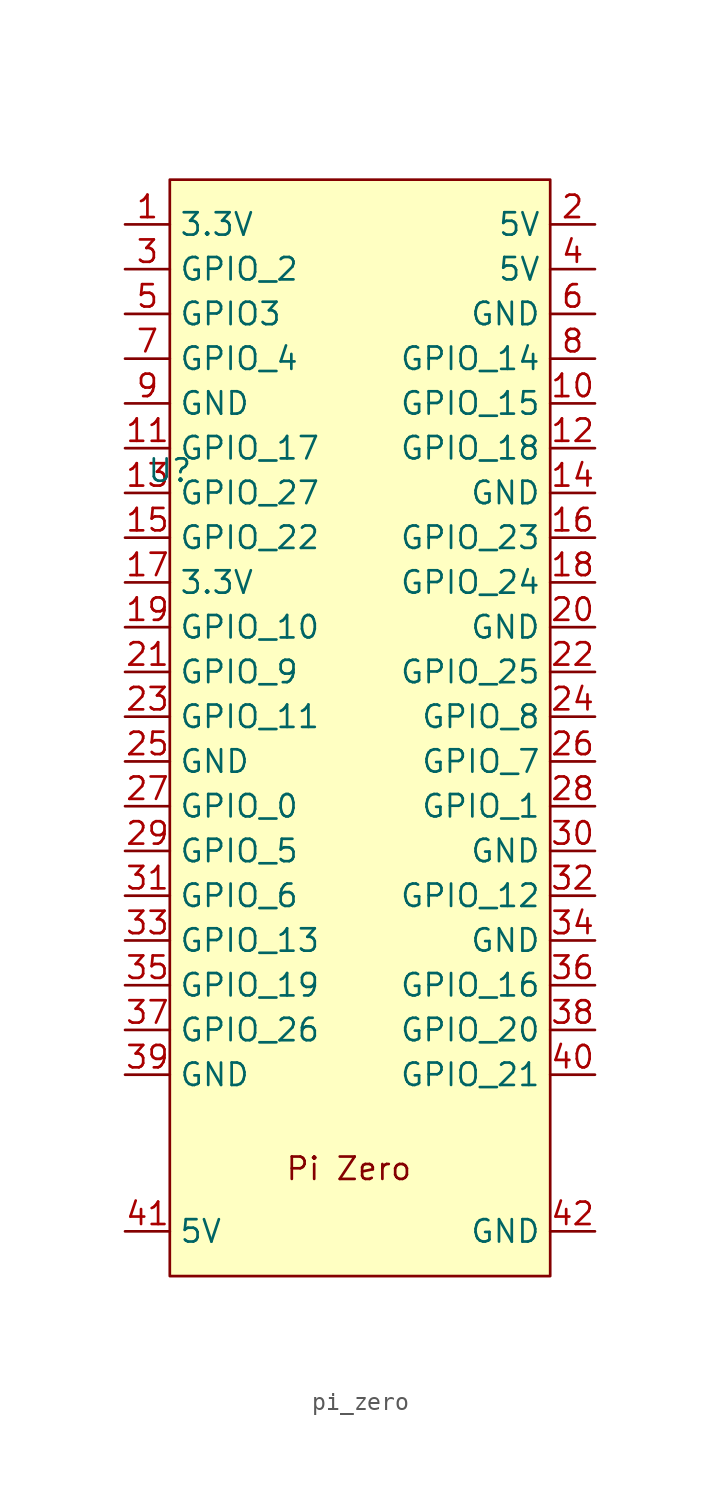
<source format=kicad_sym>
(kicad_symbol_lib
  (version 20231120)
  (generator "kicad_symbol_editor")
  (generator_version "8.0")
  (symbol "pi_zero"
    (property "Reference" "U"
      (at 0 0 0)
      (effects (font (size 1.27 1.27))))
    (property "Value" ""
      (at 0 0 0)
      (effects (font (size 1.27 1.27))))
    (symbol "pi_zero_1_1"
      (rectangle (start 0 16.51) (end 21.59 -45.72) (stroke (width 0) (type default)) (fill (type background)))
      (text "Pi Zero" (at 10.16 -39.624 0) (effects (font (size 1.27 1.27))))
      (pin power_out line (at -2.54 13.97 0) (length 2.54) (name "3.3V" (effects (font (size 1.27 1.27)))) (number "1" (effects (font (size 1.27 1.27)))))
      (pin bidirectional line (at 24.13 3.81 180) (length 2.54) (name "GPIO_15" (effects (font (size 1.27 1.27)))) (number "10" (effects (font (size 1.27 1.27)))))
      (pin bidirectional line (at -2.54 1.27 0) (length 2.54) (name "GPIO_17" (effects (font (size 1.27 1.27)))) (number "11" (effects (font (size 1.27 1.27)))))
      (pin bidirectional line (at 24.13 1.27 180) (length 2.54) (name "GPIO_18" (effects (font (size 1.27 1.27)))) (number "12" (effects (font (size 1.27 1.27)))))
      (pin bidirectional line (at -2.54 -1.27 0) (length 2.54) (name "GPIO_27" (effects (font (size 1.27 1.27)))) (number "13" (effects (font (size 1.27 1.27)))))
      (pin power_in line (at 24.13 -1.27 180) (length 2.54) (name "GND" (effects (font (size 1.27 1.27)))) (number "14" (effects (font (size 1.27 1.27)))))
      (pin bidirectional line (at -2.54 -3.81 0) (length 2.54) (name "GPIO_22" (effects (font (size 1.27 1.27)))) (number "15" (effects (font (size 1.27 1.27)))))
      (pin bidirectional line (at 24.13 -3.81 180) (length 2.54) (name "GPIO_23" (effects (font (size 1.27 1.27)))) (number "16" (effects (font (size 1.27 1.27)))))
      (pin power_out line (at -2.54 -6.35 0) (length 2.54) (name "3.3V" (effects (font (size 1.27 1.27)))) (number "17" (effects (font (size 1.27 1.27)))))
      (pin bidirectional line (at 24.13 -6.35 180) (length 2.54) (name "GPIO_24" (effects (font (size 1.27 1.27)))) (number "18" (effects (font (size 1.27 1.27)))))
      (pin bidirectional line (at -2.54 -8.89 0) (length 2.54) (name "GPIO_10" (effects (font (size 1.27 1.27)))) (number "19" (effects (font (size 1.27 1.27)))))
      (pin power_out line (at 24.13 13.97 180) (length 2.54) (name "5V" (effects (font (size 1.27 1.27)))) (number "2" (effects (font (size 1.27 1.27)))))
      (pin power_in line (at 24.13 -8.89 180) (length 2.54) (name "GND" (effects (font (size 1.27 1.27)))) (number "20" (effects (font (size 1.27 1.27)))))
      (pin bidirectional line (at -2.54 -11.43 0) (length 2.54) (name "GPIO_9" (effects (font (size 1.27 1.27)))) (number "21" (effects (font (size 1.27 1.27)))))
      (pin bidirectional line (at 24.13 -11.43 180) (length 2.54) (name "GPIO_25" (effects (font (size 1.27 1.27)))) (number "22" (effects (font (size 1.27 1.27)))))
      (pin bidirectional line (at -2.54 -13.97 0) (length 2.54) (name "GPIO_11" (effects (font (size 1.27 1.27)))) (number "23" (effects (font (size 1.27 1.27)))))
      (pin bidirectional line (at 24.13 -13.97 180) (length 2.54) (name "GPIO_8" (effects (font (size 1.27 1.27)))) (number "24" (effects (font (size 1.27 1.27)))))
      (pin power_in line (at -2.54 -16.51 0) (length 2.54) (name "GND" (effects (font (size 1.27 1.27)))) (number "25" (effects (font (size 1.27 1.27)))))
      (pin bidirectional line (at 24.13 -16.51 180) (length 2.54) (name "GPIO_7" (effects (font (size 1.27 1.27)))) (number "26" (effects (font (size 1.27 1.27)))))
      (pin bidirectional line (at -2.54 -19.05 0) (length 2.54) (name "GPIO_0" (effects (font (size 1.27 1.27)))) (number "27" (effects (font (size 1.27 1.27)))))
      (pin bidirectional line (at 24.13 -19.05 180) (length 2.54) (name "GPIO_1" (effects (font (size 1.27 1.27)))) (number "28" (effects (font (size 1.27 1.27)))))
      (pin bidirectional line (at -2.54 -21.59 0) (length 2.54) (name "GPIO_5" (effects (font (size 1.27 1.27)))) (number "29" (effects (font (size 1.27 1.27)))))
      (pin bidirectional line (at -2.54 11.43 0) (length 2.54) (name "GPIO_2" (effects (font (size 1.27 1.27)))) (number "3" (effects (font (size 1.27 1.27)))))
      (pin power_in line (at 24.13 -21.59 180) (length 2.54) (name "GND" (effects (font (size 1.27 1.27)))) (number "30" (effects (font (size 1.27 1.27)))))
      (pin bidirectional line (at -2.54 -24.13 0) (length 2.54) (name "GPIO_6" (effects (font (size 1.27 1.27)))) (number "31" (effects (font (size 1.27 1.27)))))
      (pin bidirectional line (at 24.13 -24.13 180) (length 2.54) (name "GPIO_12" (effects (font (size 1.27 1.27)))) (number "32" (effects (font (size 1.27 1.27)))))
      (pin bidirectional line (at -2.54 -26.67 0) (length 2.54) (name "GPIO_13" (effects (font (size 1.27 1.27)))) (number "33" (effects (font (size 1.27 1.27)))))
      (pin power_in line (at 24.13 -26.67 180) (length 2.54) (name "GND" (effects (font (size 1.27 1.27)))) (number "34" (effects (font (size 1.27 1.27)))))
      (pin bidirectional line (at -2.54 -29.21 0) (length 2.54) (name "GPIO_19" (effects (font (size 1.27 1.27)))) (number "35" (effects (font (size 1.27 1.27)))))
      (pin bidirectional line (at 24.13 -29.21 180) (length 2.54) (name "GPIO_16" (effects (font (size 1.27 1.27)))) (number "36" (effects (font (size 1.27 1.27)))))
      (pin bidirectional line (at -2.54 -31.75 0) (length 2.54) (name "GPIO_26" (effects (font (size 1.27 1.27)))) (number "37" (effects (font (size 1.27 1.27)))))
      (pin bidirectional line (at 24.13 -31.75 180) (length 2.54) (name "GPIO_20" (effects (font (size 1.27 1.27)))) (number "38" (effects (font (size 1.27 1.27)))))
      (pin power_in line (at -2.54 -34.29 0) (length 2.54) (name "GND" (effects (font (size 1.27 1.27)))) (number "39" (effects (font (size 1.27 1.27)))))
      (pin power_out line (at 24.13 11.43 180) (length 2.54) (name "5V" (effects (font (size 1.27 1.27)))) (number "4" (effects (font (size 1.27 1.27)))))
      (pin bidirectional line (at 24.13 -34.29 180) (length 2.54) (name "GPIO_21" (effects (font (size 1.27 1.27)))) (number "40" (effects (font (size 1.27 1.27)))))
      (pin power_in line (at -2.54 -43.18 0) (length 2.54) (name "5V" (effects (font (size 1.27 1.27)))) (number "41" (effects (font (size 1.27 1.27)))))
      (pin power_in line (at 24.13 -43.18 180) (length 2.54) (name "GND" (effects (font (size 1.27 1.27)))) (number "42" (effects (font (size 1.27 1.27)))))
      (pin bidirectional line (at -2.54 8.89 0) (length 2.54) (name "GPIO3" (effects (font (size 1.27 1.27)))) (number "5" (effects (font (size 1.27 1.27)))))
      (pin power_in line (at 24.13 8.89 180) (length 2.54) (name "GND" (effects (font (size 1.27 1.27)))) (number "6" (effects (font (size 1.27 1.27)))))
      (pin bidirectional line (at -2.54 6.35 0) (length 2.54) (name "GPIO_4" (effects (font (size 1.27 1.27)))) (number "7" (effects (font (size 1.27 1.27)))))
      (pin bidirectional line (at 24.13 6.35 180) (length 2.54) (name "GPIO_14" (effects (font (size 1.27 1.27)))) (number "8" (effects (font (size 1.27 1.27)))))
      (pin power_in line (at -2.54 3.81 0) (length 2.54) (name "GND" (effects (font (size 1.27 1.27)))) (number "9" (effects (font (size 1.27 1.27))))))))
</source>
